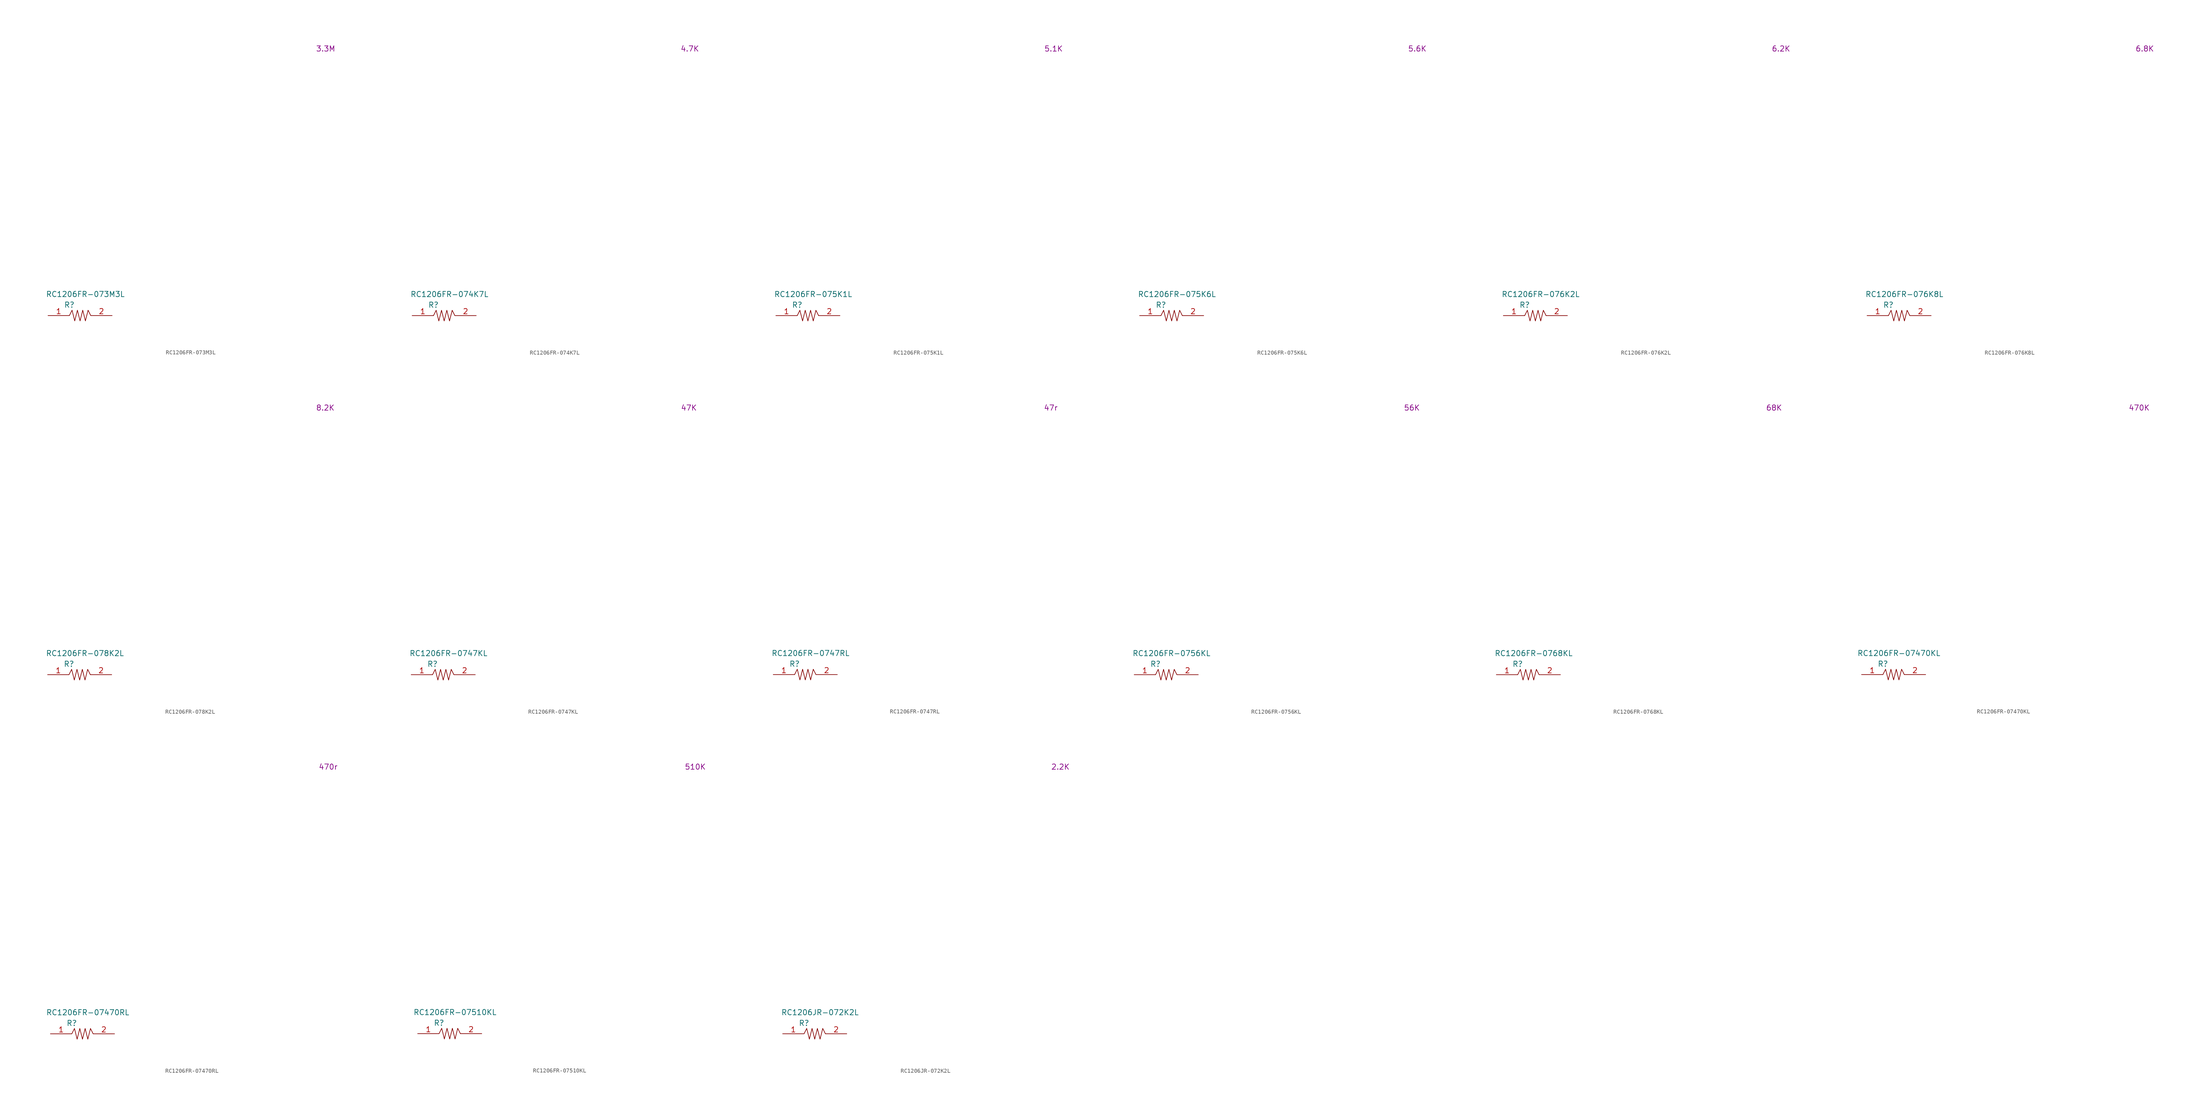
<source format=kicad_sym>
(kicad_symbol_lib
  (version 20231120)
  (generator "kicad_symbol_editor")
  (generator_version "8.0")
  (symbol "RC1206FR-073M3L"
    (pin_names
      (offset 1.016))
    (property "Reference" "R"
      (at -2.54 2.54 0)
      (effects (font (size 1.27 1.27))))
    (property "Value" "RC1206FR-073M3L"
      (at 1.27 5.08 0)
      (effects (font (size 1.27 1.27))))
    (property "_Value_" "3.3M"
      (at 58.42 63.5 0)
      (effects (font (size 1.27 1.27))))
    (symbol "RC1206FR-073M3L_1_1"
      (polyline (pts (xy -2.54 0) (xy -1.905 1.27) (xy -1.27 -1.27) (xy -0.635 1.27) (xy 0 -1.27) (xy 0.635 1.27) (xy 1.27 -1.27) (xy 1.905 1.27) (xy 2.54 0)) (stroke (width 0) (type default)) (fill (type none)))
      (pin passive line (at -7.62 0 0) (length 5.08) (name "~" (effects (font (size 1.27 1.27)))) (number "1" (effects (font (size 1.27 1.27)))))
      (pin passive line (at 7.62 0 180) (length 5.08) (name "~" (effects (font (size 1.27 1.27)))) (number "2" (effects (font (size 1.27 1.27)))))))
  (symbol "RC1206FR-074K7L"
    (pin_names
      (offset 1.016))
    (property "Reference" "R"
      (at -2.54 2.54 0)
      (effects (font (size 1.27 1.27))))
    (property "Value" "RC1206FR-074K7L"
      (at 1.27 5.08 0)
      (effects (font (size 1.27 1.27))))
    (property "_Value_" "4.7K"
      (at 58.42 63.5 0)
      (effects (font (size 1.27 1.27))))
    (symbol "RC1206FR-074K7L_1_1"
      (polyline (pts (xy -2.54 0) (xy -1.905 1.27) (xy -1.27 -1.27) (xy -0.635 1.27) (xy 0 -1.27) (xy 0.635 1.27) (xy 1.27 -1.27) (xy 1.905 1.27) (xy 2.54 0)) (stroke (width 0) (type default)) (fill (type none)))
      (pin passive line (at -7.62 0 0) (length 5.08) (name "~" (effects (font (size 1.27 1.27)))) (number "1" (effects (font (size 1.27 1.27)))))
      (pin passive line (at 7.62 0 180) (length 5.08) (name "~" (effects (font (size 1.27 1.27)))) (number "2" (effects (font (size 1.27 1.27)))))))
  (symbol "RC1206FR-075K1L"
    (pin_names
      (offset 1.016))
    (property "Reference" "R"
      (at -2.54 2.54 0)
      (effects (font (size 1.27 1.27))))
    (property "Value" "RC1206FR-075K1L"
      (at 1.27 5.08 0)
      (effects (font (size 1.27 1.27))))
    (property "_Value_" "5.1K"
      (at 58.42 63.5 0)
      (effects (font (size 1.27 1.27))))
    (symbol "RC1206FR-075K1L_1_1"
      (polyline (pts (xy -2.54 0) (xy -1.905 1.27) (xy -1.27 -1.27) (xy -0.635 1.27) (xy 0 -1.27) (xy 0.635 1.27) (xy 1.27 -1.27) (xy 1.905 1.27) (xy 2.54 0)) (stroke (width 0) (type default)) (fill (type none)))
      (pin passive line (at -7.62 0 0) (length 5.08) (name "~" (effects (font (size 1.27 1.27)))) (number "1" (effects (font (size 1.27 1.27)))))
      (pin passive line (at 7.62 0 180) (length 5.08) (name "~" (effects (font (size 1.27 1.27)))) (number "2" (effects (font (size 1.27 1.27)))))))
  (symbol "RC1206FR-075K6L"
    (pin_names
      (offset 1.016))
    (property "Reference" "R"
      (at -2.54 2.54 0)
      (effects (font (size 1.27 1.27))))
    (property "Value" "RC1206FR-075K6L"
      (at 1.27 5.08 0)
      (effects (font (size 1.27 1.27))))
    (property "_Value_" "5.6K"
      (at 58.42 63.5 0)
      (effects (font (size 1.27 1.27))))
    (symbol "RC1206FR-075K6L_1_1"
      (polyline (pts (xy -2.54 0) (xy -1.905 1.27) (xy -1.27 -1.27) (xy -0.635 1.27) (xy 0 -1.27) (xy 0.635 1.27) (xy 1.27 -1.27) (xy 1.905 1.27) (xy 2.54 0)) (stroke (width 0) (type default)) (fill (type none)))
      (pin passive line (at -7.62 0 0) (length 5.08) (name "~" (effects (font (size 1.27 1.27)))) (number "1" (effects (font (size 1.27 1.27)))))
      (pin passive line (at 7.62 0 180) (length 5.08) (name "~" (effects (font (size 1.27 1.27)))) (number "2" (effects (font (size 1.27 1.27)))))))
  (symbol "RC1206FR-076K2L"
    (pin_names
      (offset 1.016))
    (property "Reference" "R"
      (at -2.54 2.54 0)
      (effects (font (size 1.27 1.27))))
    (property "Value" "RC1206FR-076K2L"
      (at 1.27 5.08 0)
      (effects (font (size 1.27 1.27))))
    (property "_Value_" "6.2K"
      (at 58.42 63.5 0)
      (effects (font (size 1.27 1.27))))
    (symbol "RC1206FR-076K2L_1_1"
      (polyline (pts (xy -2.54 0) (xy -1.905 1.27) (xy -1.27 -1.27) (xy -0.635 1.27) (xy 0 -1.27) (xy 0.635 1.27) (xy 1.27 -1.27) (xy 1.905 1.27) (xy 2.54 0)) (stroke (width 0) (type default)) (fill (type none)))
      (pin passive line (at -7.62 0 0) (length 5.08) (name "~" (effects (font (size 1.27 1.27)))) (number "1" (effects (font (size 1.27 1.27)))))
      (pin passive line (at 7.62 0 180) (length 5.08) (name "~" (effects (font (size 1.27 1.27)))) (number "2" (effects (font (size 1.27 1.27)))))))
  (symbol "RC1206FR-076K8L"
    (pin_names
      (offset 1.016))
    (property "Reference" "R"
      (at -2.54 2.54 0)
      (effects (font (size 1.27 1.27))))
    (property "Value" "RC1206FR-076K8L"
      (at 1.27 5.08 0)
      (effects (font (size 1.27 1.27))))
    (property "_Value_" "6.8K"
      (at 58.42 63.5 0)
      (effects (font (size 1.27 1.27))))
    (symbol "RC1206FR-076K8L_1_1"
      (polyline (pts (xy -2.54 0) (xy -1.905 1.27) (xy -1.27 -1.27) (xy -0.635 1.27) (xy 0 -1.27) (xy 0.635 1.27) (xy 1.27 -1.27) (xy 1.905 1.27) (xy 2.54 0)) (stroke (width 0) (type default)) (fill (type none)))
      (pin passive line (at -7.62 0 0) (length 5.08) (name "~" (effects (font (size 1.27 1.27)))) (number "1" (effects (font (size 1.27 1.27)))))
      (pin passive line (at 7.62 0 180) (length 5.08) (name "~" (effects (font (size 1.27 1.27)))) (number "2" (effects (font (size 1.27 1.27)))))))
  (symbol "RC1206FR-078K2L"
    (pin_names
      (offset 1.016))
    (property "Reference" "R"
      (at -2.54 2.54 0)
      (effects (font (size 1.27 1.27))))
    (property "Value" "RC1206FR-078K2L"
      (at 1.27 5.08 0)
      (effects (font (size 1.27 1.27))))
    (property "_Value_" "8.2K"
      (at 58.42 63.5 0)
      (effects (font (size 1.27 1.27))))
    (symbol "RC1206FR-078K2L_1_1"
      (polyline (pts (xy -2.54 0) (xy -1.905 1.27) (xy -1.27 -1.27) (xy -0.635 1.27) (xy 0 -1.27) (xy 0.635 1.27) (xy 1.27 -1.27) (xy 1.905 1.27) (xy 2.54 0)) (stroke (width 0) (type default)) (fill (type none)))
      (pin passive line (at -7.62 0 0) (length 5.08) (name "~" (effects (font (size 1.27 1.27)))) (number "1" (effects (font (size 1.27 1.27)))))
      (pin passive line (at 7.62 0 180) (length 5.08) (name "~" (effects (font (size 1.27 1.27)))) (number "2" (effects (font (size 1.27 1.27)))))))
  (symbol "RC1206FR-0747KL"
    (pin_names
      (offset 1.016))
    (property "Reference" "R"
      (at -2.54 2.54 0)
      (effects (font (size 1.27 1.27))))
    (property "Value" "RC1206FR-0747KL"
      (at 1.27 5.08 0)
      (effects (font (size 1.27 1.27))))
    (property "_Value_" "47K"
      (at 58.42 63.5 0)
      (effects (font (size 1.27 1.27))))
    (symbol "RC1206FR-0747KL_1_1"
      (polyline (pts (xy -2.54 0) (xy -1.905 1.27) (xy -1.27 -1.27) (xy -0.635 1.27) (xy 0 -1.27) (xy 0.635 1.27) (xy 1.27 -1.27) (xy 1.905 1.27) (xy 2.54 0)) (stroke (width 0) (type default)) (fill (type none)))
      (pin passive line (at -7.62 0 0) (length 5.08) (name "~" (effects (font (size 1.27 1.27)))) (number "1" (effects (font (size 1.27 1.27)))))
      (pin passive line (at 7.62 0 180) (length 5.08) (name "~" (effects (font (size 1.27 1.27)))) (number "2" (effects (font (size 1.27 1.27)))))))
  (symbol "RC1206FR-0747RL"
    (pin_names
      (offset 1.016))
    (property "Reference" "R"
      (at -2.54 2.54 0)
      (effects (font (size 1.27 1.27))))
    (property "Value" "RC1206FR-0747RL"
      (at 1.27 5.08 0)
      (effects (font (size 1.27 1.27))))
    (property "_Value_" "47r"
      (at 58.42 63.5 0)
      (effects (font (size 1.27 1.27))))
    (symbol "RC1206FR-0747RL_1_1"
      (polyline (pts (xy -2.54 0) (xy -1.905 1.27) (xy -1.27 -1.27) (xy -0.635 1.27) (xy 0 -1.27) (xy 0.635 1.27) (xy 1.27 -1.27) (xy 1.905 1.27) (xy 2.54 0)) (stroke (width 0) (type default)) (fill (type none)))
      (pin passive line (at -7.62 0 0) (length 5.08) (name "~" (effects (font (size 1.27 1.27)))) (number "1" (effects (font (size 1.27 1.27)))))
      (pin passive line (at 7.62 0 180) (length 5.08) (name "~" (effects (font (size 1.27 1.27)))) (number "2" (effects (font (size 1.27 1.27)))))))
  (symbol "RC1206FR-0756KL"
    (pin_names
      (offset 1.016))
    (property "Reference" "R"
      (at -2.54 2.54 0)
      (effects (font (size 1.27 1.27))))
    (property "Value" "RC1206FR-0756KL"
      (at 1.27 5.08 0)
      (effects (font (size 1.27 1.27))))
    (property "_Value_" "56K"
      (at 58.42 63.5 0)
      (effects (font (size 1.27 1.27))))
    (symbol "RC1206FR-0756KL_1_1"
      (polyline (pts (xy -2.54 0) (xy -1.905 1.27) (xy -1.27 -1.27) (xy -0.635 1.27) (xy 0 -1.27) (xy 0.635 1.27) (xy 1.27 -1.27) (xy 1.905 1.27) (xy 2.54 0)) (stroke (width 0) (type default)) (fill (type none)))
      (pin passive line (at -7.62 0 0) (length 5.08) (name "~" (effects (font (size 1.27 1.27)))) (number "1" (effects (font (size 1.27 1.27)))))
      (pin passive line (at 7.62 0 180) (length 5.08) (name "~" (effects (font (size 1.27 1.27)))) (number "2" (effects (font (size 1.27 1.27)))))))
  (symbol "RC1206FR-0768KL"
    (pin_names
      (offset 1.016))
    (property "Reference" "R"
      (at -2.54 2.54 0)
      (effects (font (size 1.27 1.27))))
    (property "Value" "RC1206FR-0768KL"
      (at 1.27 5.08 0)
      (effects (font (size 1.27 1.27))))
    (property "_Value_" "68K"
      (at 58.42 63.5 0)
      (effects (font (size 1.27 1.27))))
    (symbol "RC1206FR-0768KL_1_1"
      (polyline (pts (xy -2.54 0) (xy -1.905 1.27) (xy -1.27 -1.27) (xy -0.635 1.27) (xy 0 -1.27) (xy 0.635 1.27) (xy 1.27 -1.27) (xy 1.905 1.27) (xy 2.54 0)) (stroke (width 0) (type default)) (fill (type none)))
      (pin passive line (at -7.62 0 0) (length 5.08) (name "~" (effects (font (size 1.27 1.27)))) (number "1" (effects (font (size 1.27 1.27)))))
      (pin passive line (at 7.62 0 180) (length 5.08) (name "~" (effects (font (size 1.27 1.27)))) (number "2" (effects (font (size 1.27 1.27)))))))
  (symbol "RC1206FR-07470KL"
    (pin_names
      (offset 1.016))
    (property "Reference" "R"
      (at -2.54 2.54 0)
      (effects (font (size 1.27 1.27))))
    (property "Value" "RC1206FR-07470KL"
      (at 1.27 5.08 0)
      (effects (font (size 1.27 1.27))))
    (property "_Value_" "470K"
      (at 58.42 63.5 0)
      (effects (font (size 1.27 1.27))))
    (symbol "RC1206FR-07470KL_1_1"
      (polyline (pts (xy -2.54 0) (xy -1.905 1.27) (xy -1.27 -1.27) (xy -0.635 1.27) (xy 0 -1.27) (xy 0.635 1.27) (xy 1.27 -1.27) (xy 1.905 1.27) (xy 2.54 0)) (stroke (width 0) (type default)) (fill (type none)))
      (pin passive line (at -7.62 0 0) (length 5.08) (name "~" (effects (font (size 1.27 1.27)))) (number "1" (effects (font (size 1.27 1.27)))))
      (pin passive line (at 7.62 0 180) (length 5.08) (name "~" (effects (font (size 1.27 1.27)))) (number "2" (effects (font (size 1.27 1.27)))))))
  (symbol "RC1206FR-07470RL"
    (pin_names
      (offset 1.016))
    (property "Reference" "R"
      (at -2.54 2.54 0)
      (effects (font (size 1.27 1.27))))
    (property "Value" "RC1206FR-07470RL"
      (at 1.27 5.08 0)
      (effects (font (size 1.27 1.27))))
    (property "_Value_" "470r"
      (at 58.42 63.5 0)
      (effects (font (size 1.27 1.27))))
    (symbol "RC1206FR-07470RL_1_1"
      (polyline (pts (xy -2.54 0) (xy -1.905 1.27) (xy -1.27 -1.27) (xy -0.635 1.27) (xy 0 -1.27) (xy 0.635 1.27) (xy 1.27 -1.27) (xy 1.905 1.27) (xy 2.54 0)) (stroke (width 0) (type default)) (fill (type none)))
      (pin passive line (at -7.62 0 0) (length 5.08) (name "~" (effects (font (size 1.27 1.27)))) (number "1" (effects (font (size 1.27 1.27)))))
      (pin passive line (at 7.62 0 180) (length 5.08) (name "~" (effects (font (size 1.27 1.27)))) (number "2" (effects (font (size 1.27 1.27)))))))
  (symbol "RC1206FR-07510KL"
    (pin_names
      (offset 1.016))
    (property "Reference" "R"
      (at -2.54 2.54 0)
      (effects (font (size 1.27 1.27))))
    (property "Value" "RC1206FR-07510KL"
      (at 1.27 5.08 0)
      (effects (font (size 1.27 1.27))))
    (property "_Value_" "510K"
      (at 58.42 63.5 0)
      (effects (font (size 1.27 1.27))))
    (symbol "RC1206FR-07510KL_1_1"
      (polyline (pts (xy -2.54 0) (xy -1.905 1.27) (xy -1.27 -1.27) (xy -0.635 1.27) (xy 0 -1.27) (xy 0.635 1.27) (xy 1.27 -1.27) (xy 1.905 1.27) (xy 2.54 0)) (stroke (width 0) (type default)) (fill (type none)))
      (pin passive line (at -7.62 0 0) (length 5.08) (name "~" (effects (font (size 1.27 1.27)))) (number "1" (effects (font (size 1.27 1.27)))))
      (pin passive line (at 7.62 0 180) (length 5.08) (name "~" (effects (font (size 1.27 1.27)))) (number "2" (effects (font (size 1.27 1.27)))))))
  (symbol "RC1206JR-072K2L"
    (pin_names
      (offset 1.016))
    (property "Reference" "R"
      (at -2.54 2.54 0)
      (effects (font (size 1.27 1.27))))
    (property "Value" "RC1206JR-072K2L"
      (at 1.27 5.08 0)
      (effects (font (size 1.27 1.27))))
    (property "_Value_" "2.2K"
      (at 58.42 63.5 0)
      (effects (font (size 1.27 1.27))))
    (symbol "RC1206JR-072K2L_1_1"
      (polyline (pts (xy -2.54 0) (xy -1.905 1.27) (xy -1.27 -1.27) (xy -0.635 1.27) (xy 0 -1.27) (xy 0.635 1.27) (xy 1.27 -1.27) (xy 1.905 1.27) (xy 2.54 0)) (stroke (width 0) (type default)) (fill (type none)))
      (pin passive line (at -7.62 0 0) (length 5.08) (name "~" (effects (font (size 1.27 1.27)))) (number "1" (effects (font (size 1.27 1.27)))))
      (pin passive line (at 7.62 0 180) (length 5.08) (name "~" (effects (font (size 1.27 1.27)))) (number "2" (effects (font (size 1.27 1.27))))))))
</source>
